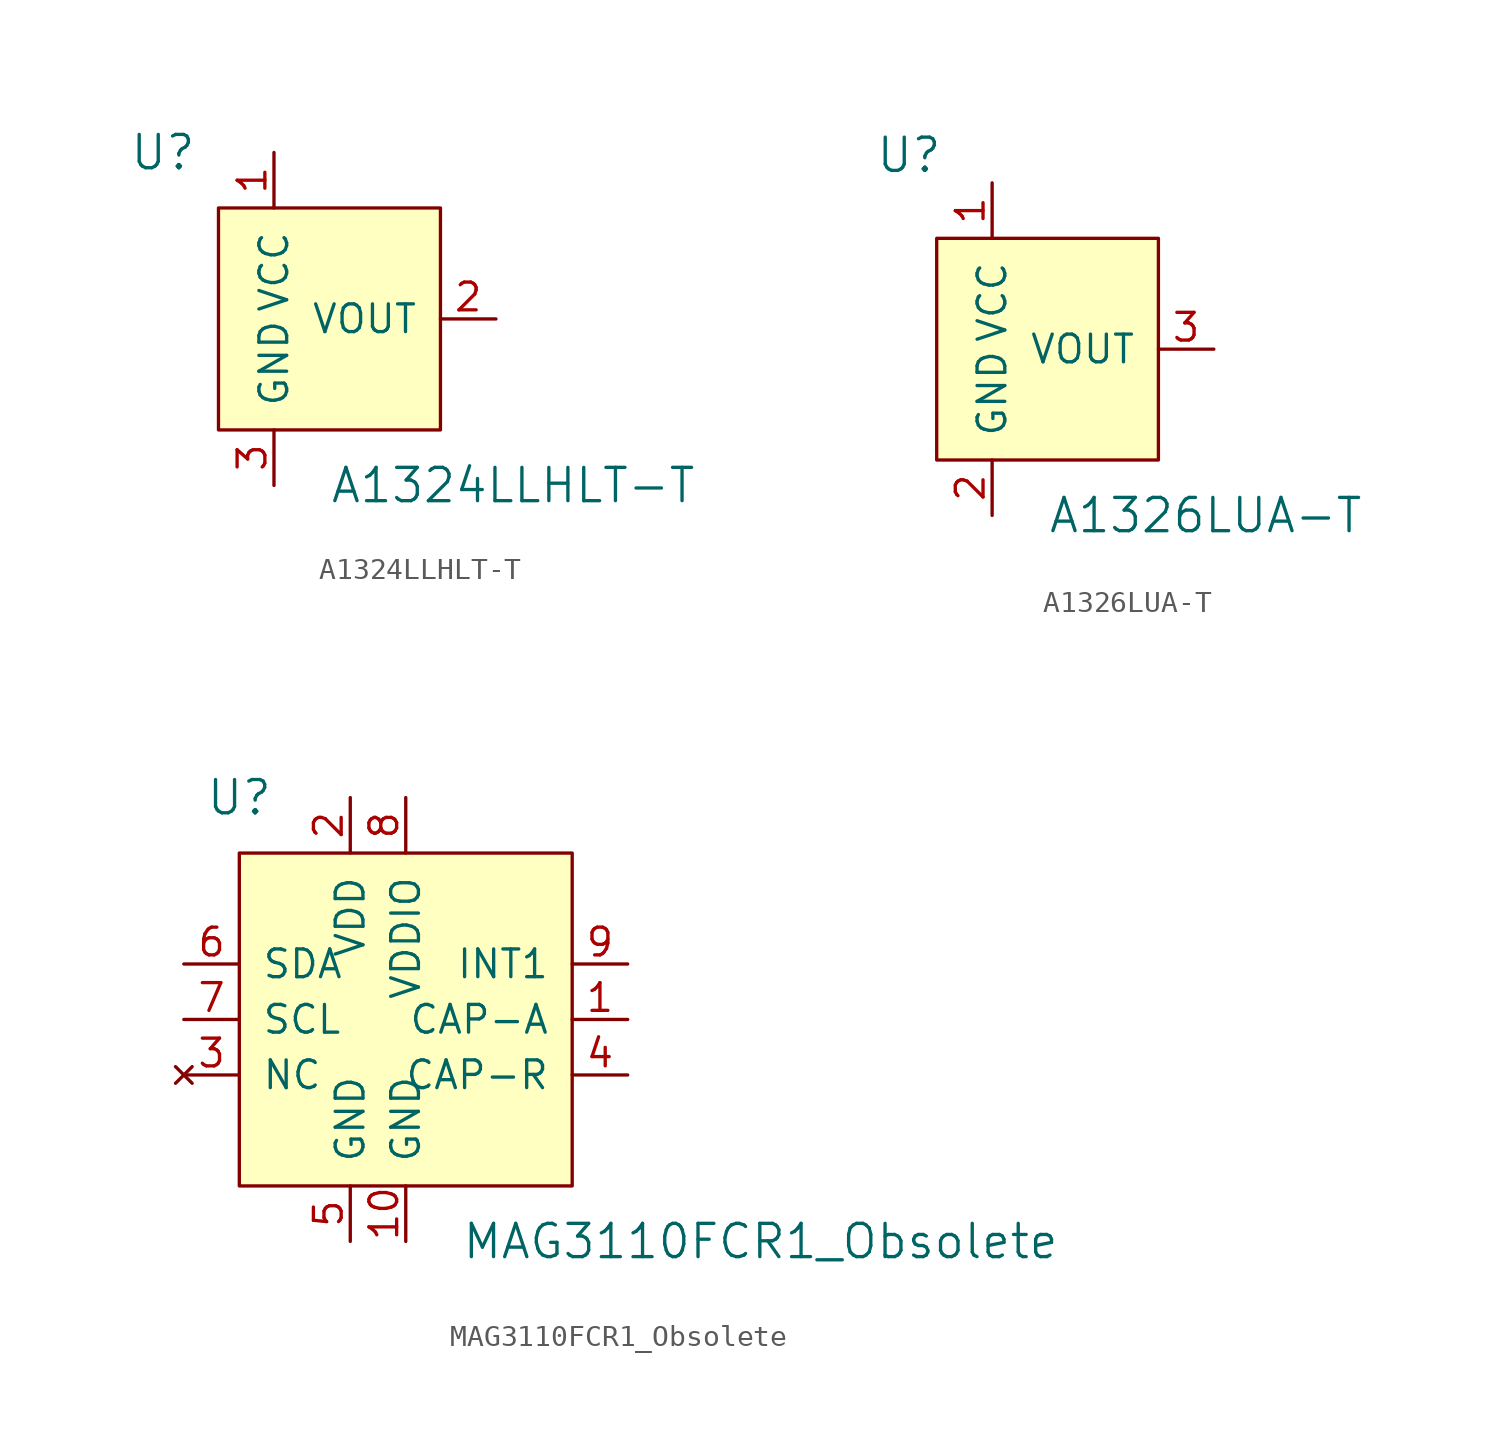
<source format=kicad_sym>
(kicad_symbol_lib
  (version 20201005)
  (generator kicad_symbol_editor)
  (symbol "A1324LLHLT-T"
    (pin_names
      (offset 1.016))
    (property "Reference" "U"
      (at -5.08 7.62 0)
      (effects (font (size 1.524 1.524))))
    (property "Value" "A1324LLHLT-T"
      (at 2.54 -7.62 0)
      (effects (font (size 1.524 1.524)) (justify left)))
    (symbol "A1324LLHLT-T_0_1"
      (rectangle (start 7.62 5.08) (end -2.54 -5.08) (stroke (width 0)) (fill (type background))))
    (symbol "A1324LLHLT-T_1_1"
      (pin power_in line (at 0 7.62 270) (length 2.54) (name "VCC" (effects (font (size 1.27 1.27)))) (number "1" (effects (font (size 1.27 1.27)))))
      (pin output line (at 10.16 0 180) (length 2.54) (name "VOUT" (effects (font (size 1.27 1.27)))) (number "2" (effects (font (size 1.27 1.27)))))
      (pin power_in line (at 0 -7.62 90) (length 2.54) (name "GND" (effects (font (size 1.27 1.27)))) (number "3" (effects (font (size 1.27 1.27)))))))
  (symbol "A1326LUA-T"
    (pin_names
      (offset 1.016))
    (property "Reference" "U"
      (at -3.81 8.89 0)
      (effects (font (size 1.524 1.524))))
    (property "Value" "A1326LUA-T"
      (at 2.54 -7.62 0)
      (effects (font (size 1.524 1.524)) (justify left)))
    (symbol "A1326LUA-T_0_1"
      (rectangle (start 7.62 5.08) (end -2.54 -5.08) (stroke (width 0)) (fill (type background))))
    (symbol "A1326LUA-T_1_1"
      (pin power_in line (at 0 7.62 270) (length 2.54) (name "VCC" (effects (font (size 1.27 1.27)))) (number "1" (effects (font (size 1.27 1.27)))))
      (pin power_in line (at 0 -7.62 90) (length 2.54) (name "GND" (effects (font (size 1.27 1.27)))) (number "2" (effects (font (size 1.27 1.27)))))
      (pin output line (at 10.16 0 180) (length 2.54) (name "VOUT" (effects (font (size 1.27 1.27)))) (number "3" (effects (font (size 1.27 1.27)))))))
  (symbol "MAG3110FCR1_Obsolete"
    (pin_names
      (offset 1.016))
    (property "Reference" "U"
      (at -7.62 10.16 0)
      (effects (font (size 1.524 1.524))))
    (property "Value" "MAG3110FCR1_Obsolete"
      (at 2.54 -10.16 0)
      (effects (font (size 1.524 1.524)) (justify left)))
    (symbol "MAG3110FCR1_Obsolete_0_1"
      (rectangle (start 7.62 7.62) (end -7.62 -7.62) (stroke (width 0)) (fill (type background))))
    (symbol "MAG3110FCR1_Obsolete_1_1"
      (pin passive line (at 10.16 0 180) (length 2.54) (name "CAP-A" (effects (font (size 1.27 1.27)))) (number "1" (effects (font (size 1.27 1.27)))))
      (pin power_in line (at -2.54 10.16 270) (length 2.54) (name "VDD" (effects (font (size 1.27 1.27)))) (number "2" (effects (font (size 1.27 1.27)))))
      (pin no_connect line (at -10.16 -2.54 0) (length 2.54) (name "NC" (effects (font (size 1.27 1.27)))) (number "3" (effects (font (size 1.27 1.27)))))
      (pin passive line (at 10.16 -2.54 180) (length 2.54) (name "CAP-R" (effects (font (size 1.27 1.27)))) (number "4" (effects (font (size 1.27 1.27)))))
      (pin power_in line (at -2.54 -10.16 90) (length 2.54) (name "GND" (effects (font (size 1.27 1.27)))) (number "5" (effects (font (size 1.27 1.27)))))
      (pin bidirectional line (at -10.16 2.54 0) (length 2.54) (name "SDA" (effects (font (size 1.27 1.27)))) (number "6" (effects (font (size 1.27 1.27)))))
      (pin input line (at -10.16 0 0) (length 2.54) (name "SCL" (effects (font (size 1.27 1.27)))) (number "7" (effects (font (size 1.27 1.27)))))
      (pin power_in line (at 0 10.16 270) (length 2.54) (name "VDDIO" (effects (font (size 1.27 1.27)))) (number "8" (effects (font (size 1.27 1.27)))))
      (pin output line (at 10.16 2.54 180) (length 2.54) (name "INT1" (effects (font (size 1.27 1.27)))) (number "9" (effects (font (size 1.27 1.27)))))
      (pin power_in line (at 0 -10.16 90) (length 2.54) (name "GND" (effects (font (size 1.27 1.27)))) (number "10" (effects (font (size 1.27 1.27))))))))
</source>
